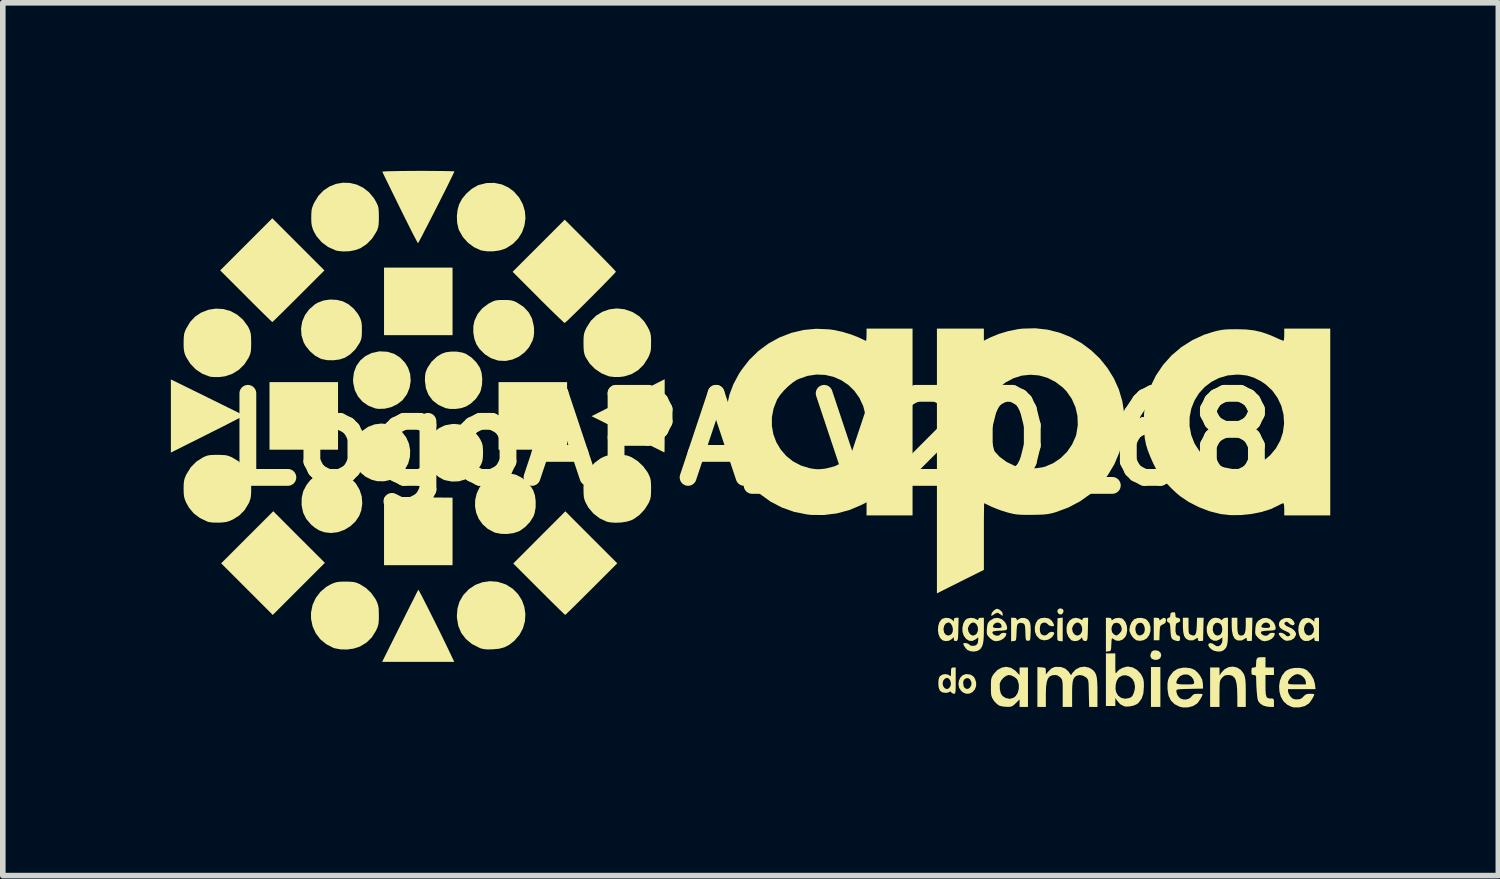
<source format=kicad_pcb>
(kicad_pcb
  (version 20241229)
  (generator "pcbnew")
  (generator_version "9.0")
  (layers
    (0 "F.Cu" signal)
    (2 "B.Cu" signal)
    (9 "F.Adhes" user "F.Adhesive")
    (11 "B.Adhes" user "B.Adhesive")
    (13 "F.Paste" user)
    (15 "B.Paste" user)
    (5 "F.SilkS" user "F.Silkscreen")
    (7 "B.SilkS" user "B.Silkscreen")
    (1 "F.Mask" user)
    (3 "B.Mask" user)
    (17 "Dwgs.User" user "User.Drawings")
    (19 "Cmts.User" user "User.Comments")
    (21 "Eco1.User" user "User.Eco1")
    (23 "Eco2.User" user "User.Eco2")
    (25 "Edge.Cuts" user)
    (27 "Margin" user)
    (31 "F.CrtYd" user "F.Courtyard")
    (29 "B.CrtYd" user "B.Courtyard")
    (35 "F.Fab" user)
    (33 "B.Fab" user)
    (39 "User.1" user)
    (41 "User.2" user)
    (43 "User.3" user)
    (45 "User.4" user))
  (footprint "LogoAPA_V20_68"
    (layer "F.Cu")
    (at 10.338 4.792)
    (property "Reference" "LogoAPA_V20_68" (at 0 0 0) (layer "F.SilkS") (effects (font (size 1.5 1.5) (thickness 0.3))))
    (attr board_only exclude_from_pos_files exclude_from_bom)
    (fp_poly (pts (xy -8.051 1.743) (xy -7.59 2.203) (xy -8.055 2.668) (xy -8.52 3.133) (xy -8.981 2.672) (xy -9.441 2.212) (xy -8.976 1.747) (xy -8.511 1.282)) (stroke (width 0) (type solid)) (fill yes) (layer "F.SilkS"))
    (fp_poly (pts (xy -7.355 -0.419) (xy -7.355 0.184) (xy -7.967 0.184) (xy -8.578 0.184) (xy -8.578 -0.419) (xy -8.578 -1.022) (xy -7.967 -1.022) (xy -7.355 -1.022)) (stroke (width 0) (type solid)) (fill yes) (layer "F.SilkS"))
    (fp_poly (pts (xy -5.311 -2.463) (xy -5.311 -1.86) (xy -5.923 -1.86) (xy -6.534 -1.86) (xy -6.534 -2.463) (xy -6.534 -3.066) (xy -5.923 -3.066) (xy -5.311 -3.066)) (stroke (width 0) (type solid)) (fill yes) (layer "F.SilkS"))
    (fp_poly (pts (xy -3.267 -0.419) (xy -3.267 0.184) (xy -3.879 0.184) (xy -4.49 0.184) (xy -4.49 -0.419) (xy -4.49 -1.022) (xy -3.879 -1.022) (xy -3.267 -1.022)) (stroke (width 0) (type solid)) (fill yes) (layer "F.SilkS"))
    (fp_poly (pts (xy 7.322 4.419) (xy 7.322 4.775) (xy 7.238 4.775) (xy 7.154 4.775) (xy 7.154 4.419) (xy 7.154 4.063) (xy 7.238 4.063) (xy 7.322 4.063)) (stroke (width 0) (type solid)) (fill yes) (layer "F.SilkS"))
    (fp_poly (pts (xy 5.578 3.029) (xy 5.595 3.06) (xy 5.585 3.097) (xy 5.556 3.125) (xy 5.523 3.122) (xy 5.505 3.111) (xy 5.484 3.079) (xy 5.488 3.045) (xy 5.514 3.021) (xy 5.539 3.016)) (stroke (width 0) (type solid)) (fill yes) (layer "F.SilkS"))
    (fp_poly (pts (xy 5.579 3.392) (xy 5.579 3.602) (xy 5.537 3.602) (xy 5.502 3.594) (xy 5.486 3.58) (xy 5.483 3.555) (xy 5.481 3.505) (xy 5.481 3.436) (xy 5.482 3.375) (xy 5.487 3.192) (xy 5.533 3.186) (xy 5.579 3.181)) (stroke (width 0) (type solid)) (fill yes) (layer "F.SilkS"))
    (fp_poly (pts (xy 7.291 3.777) (xy 7.325 3.809) (xy 7.338 3.852) (xy 7.324 3.896) (xy 7.312 3.911) (xy 7.27 3.933) (xy 7.217 3.935) (xy 7.17 3.916) (xy 7.163 3.91) (xy 7.143 3.869) (xy 7.146 3.839) (xy 7.164 3.791) (xy 7.194 3.769) (xy 7.24 3.764)) (stroke (width 0) (type solid)) (fill yes) (layer "F.SilkS"))
    (fp_poly (pts (xy -6.119 1.034) (xy -5.988 1.034) (xy -5.885 1.035) (xy -5.311 1.04) (xy -5.311 1.642) (xy -5.311 2.245) (xy -5.923 2.245) (xy -6.534 2.245) (xy -6.534 1.643) (xy -6.534 1.041) (xy -6.497 1.036) (xy -6.471 1.035) (xy -6.417 1.034) (xy -6.337 1.033) (xy -6.236 1.033)) (stroke (width 0) (type solid)) (fill yes) (layer "F.SilkS"))
    (fp_poly (pts (xy 4.448 3.038) (xy 4.457 3.044) (xy 4.498 3.081) (xy 4.507 3.113) (xy 4.507 3.152) (xy 4.46 3.119) (xy 4.428 3.098) (xy 4.405 3.095) (xy 4.375 3.109) (xy 4.36 3.119) (xy 4.306 3.153) (xy 4.306 3.119) (xy 4.319 3.087) (xy 4.35 3.054) (xy 4.356 3.049) (xy 4.391 3.027) (xy 4.416 3.024)) (stroke (width 0) (type solid)) (fill yes) (layer "F.SilkS"))
    (fp_poly (pts (xy -9.688 -0.751) (xy -9.552 -0.684) (xy -9.424 -0.621) (xy -9.31 -0.564) (xy -9.211 -0.516) (xy -9.131 -0.476) (xy -9.073 -0.447) (xy -9.04 -0.43) (xy -9.033 -0.426) (xy -9.046 -0.418) (xy -9.087 -0.396) (xy -9.151 -0.363) (xy -9.236 -0.319) (xy -9.339 -0.266) (xy -9.457 -0.206) (xy -9.588 -0.141) (xy -9.682 -0.093) (xy -10.338 0.235) (xy -10.338 -0.417) (xy -10.338 -1.07)) (stroke (width 0) (type solid)) (fill yes) (layer "F.SilkS"))
    (fp_poly (pts (xy -1.525 -0.42) (xy -1.525 -0.276) (xy -1.525 -0.142) (xy -1.526 -0.024) (xy -1.526 0.077) (xy -1.527 0.155) (xy -1.528 0.208) (xy -1.529 0.232) (xy -1.529 0.233) (xy -1.544 0.226) (xy -1.587 0.205) (xy -1.653 0.172) (xy -1.74 0.129) (xy -1.844 0.077) (xy -1.963 0.018) (xy -2.094 -0.048) (xy -2.181 -0.091) (xy -2.83 -0.414) (xy -2.177 -0.744) (xy -1.525 -1.074)) (stroke (width 0) (type solid)) (fill yes) (layer "F.SilkS"))
    (fp_poly (pts (xy -8.063 -3.481) (xy -7.598 -3.016) (xy -8.059 -2.555) (xy -8.161 -2.453) (xy -8.256 -2.359) (xy -8.34 -2.275) (xy -8.413 -2.204) (xy -8.469 -2.149) (xy -8.508 -2.112) (xy -8.527 -2.095) (xy -8.528 -2.094) (xy -8.541 -2.106) (xy -8.576 -2.138) (xy -8.629 -2.19) (xy -8.697 -2.257) (xy -8.779 -2.338) (xy -8.872 -2.43) (xy -8.972 -2.53) (xy -8.997 -2.555) (xy -9.458 -3.016) (xy -8.993 -3.481) (xy -8.528 -3.946)) (stroke (width 0) (type solid)) (fill yes) (layer "F.SilkS"))
    (fp_poly (pts (xy -2.835 1.748) (xy -2.371 2.212) (xy -2.831 2.672) (xy -2.934 2.774) (xy -3.028 2.868) (xy -3.113 2.952) (xy -3.185 3.023) (xy -3.242 3.078) (xy -3.281 3.116) (xy -3.3 3.132) (xy -3.301 3.133) (xy -3.314 3.122) (xy -3.348 3.089) (xy -3.401 3.038) (xy -3.47 2.97) (xy -3.552 2.89) (xy -3.644 2.798) (xy -3.745 2.697) (xy -3.768 2.674) (xy -4.227 2.215) (xy -3.763 1.75) (xy -3.298 1.284)) (stroke (width 0) (type solid)) (fill yes) (layer "F.SilkS"))
    (fp_poly (pts (xy -5.913 2.696) (xy -5.892 2.735) (xy -5.859 2.796) (xy -5.818 2.877) (xy -5.769 2.973) (xy -5.715 3.08) (xy -5.658 3.194) (xy -5.599 3.312) (xy -5.54 3.431) (xy -5.484 3.546) (xy -5.432 3.653) (xy -5.394 3.732) (xy -5.28 3.971) (xy -5.924 3.971) (xy -6.568 3.971) (xy -6.248 3.33) (xy -6.18 3.194) (xy -6.117 3.068) (xy -6.06 2.955) (xy -6.01 2.857) (xy -5.971 2.778) (xy -5.942 2.721) (xy -5.925 2.689) (xy -5.922 2.683)) (stroke (width 0) (type solid)) (fill yes) (layer "F.SilkS"))
    (fp_poly (pts (xy 7.293 3.19) (xy 7.305 3.211) (xy 7.305 3.211) (xy 7.307 3.23) (xy 7.32 3.224) (xy 7.336 3.211) (xy 7.376 3.185) (xy 7.407 3.188) (xy 7.422 3.218) (xy 7.422 3.231) (xy 7.415 3.268) (xy 7.386 3.293) (xy 7.368 3.302) (xy 7.34 3.315) (xy 7.324 3.331) (xy 7.315 3.357) (xy 7.311 3.402) (xy 7.308 3.456) (xy 7.304 3.585) (xy 7.254 3.585) (xy 7.204 3.585) (xy 7.204 3.384) (xy 7.204 3.183) (xy 7.255 3.183)) (stroke (width 0) (type solid)) (fill yes) (layer "F.SilkS"))
    (fp_poly (pts (xy -6.457 -0.269) (xy -6.341 -0.225) (xy -6.235 -0.153) (xy -6.211 -0.13) (xy -6.137 -0.033) (xy -6.089 0.077) (xy -6.067 0.196) (xy -6.072 0.316) (xy -6.103 0.432) (xy -6.161 0.536) (xy -6.2 0.583) (xy -6.299 0.664) (xy -6.412 0.72) (xy -6.533 0.748) (xy -6.656 0.746) (xy -6.749 0.723) (xy -6.863 0.667) (xy -6.956 0.589) (xy -7.026 0.494) (xy -7.073 0.388) (xy -7.096 0.275) (xy -7.093 0.16) (xy -7.064 0.047) (xy -7.007 -0.058) (xy -6.925 -0.15) (xy -6.818 -0.224) (xy -6.701 -0.268) (xy -6.579 -0.283)) (stroke (width 0) (type solid)) (fill yes) (layer "F.SilkS"))
    (fp_poly (pts (xy -6.475 -1.564) (xy -6.353 -1.527) (xy -6.247 -1.46) (xy -6.159 -1.368) (xy -6.105 -1.279) (xy -6.067 -1.164) (xy -6.058 -1.043) (xy -6.078 -0.922) (xy -6.124 -0.808) (xy -6.197 -0.708) (xy -6.208 -0.696) (xy -6.298 -0.627) (xy -6.404 -0.576) (xy -6.519 -0.548) (xy -6.631 -0.544) (xy -6.69 -0.553) (xy -6.814 -0.601) (xy -6.918 -0.673) (xy -6.999 -0.767) (xy -7.056 -0.88) (xy -7.084 -1.008) (xy -7.087 -1.069) (xy -7.071 -1.197) (xy -7.027 -1.312) (xy -6.957 -1.41) (xy -6.865 -1.488) (xy -6.753 -1.542) (xy -6.625 -1.57) (xy -6.607 -1.571)) (stroke (width 0) (type solid)) (fill yes) (layer "F.SilkS"))
    (fp_poly (pts (xy 8.696 3.322) (xy 8.698 3.404) (xy 8.707 3.458) (xy 8.724 3.489) (xy 8.751 3.501) (xy 8.765 3.502) (xy 8.802 3.493) (xy 8.827 3.464) (xy 8.841 3.41) (xy 8.846 3.329) (xy 8.846 3.316) (xy 8.846 3.183) (xy 8.906 3.183) (xy 8.965 3.183) (xy 8.96 3.389) (xy 8.955 3.594) (xy 8.909 3.599) (xy 8.876 3.598) (xy 8.864 3.58) (xy 8.863 3.567) (xy 8.861 3.542) (xy 8.847 3.545) (xy 8.834 3.556) (xy 8.773 3.589) (xy 8.704 3.589) (xy 8.696 3.587) (xy 8.649 3.558) (xy 8.617 3.499) (xy 8.599 3.411) (xy 8.595 3.322) (xy 8.595 3.183) (xy 8.645 3.183) (xy 8.696 3.183)) (stroke (width 0) (type solid)) (fill yes) (layer "F.SilkS"))
    (fp_poly (pts (xy -5.23 -1.566) (xy -5.134 -1.549) (xy -5.073 -1.527) (xy -4.974 -1.462) (xy -4.887 -1.375) (xy -4.822 -1.277) (xy -4.822 -1.277) (xy -4.793 -1.189) (xy -4.781 -1.085) (xy -4.785 -0.977) (xy -4.806 -0.877) (xy -4.824 -0.831) (xy -4.892 -0.727) (xy -4.984 -0.64) (xy -5.073 -0.586) (xy -5.16 -0.557) (xy -5.261 -0.543) (xy -5.361 -0.544) (xy -5.44 -0.559) (xy -5.564 -0.616) (xy -5.665 -0.694) (xy -5.739 -0.793) (xy -5.786 -0.91) (xy -5.804 -1.044) (xy -5.804 -1.056) (xy -5.802 -1.132) (xy -5.793 -1.191) (xy -5.772 -1.247) (xy -5.759 -1.276) (xy -5.687 -1.385) (xy -5.589 -1.477) (xy -5.509 -1.527) (xy -5.43 -1.555) (xy -5.333 -1.567)) (stroke (width 0) (type solid)) (fill yes) (layer "F.SilkS"))
    (fp_poly (pts (xy -4.433 -4.551) (xy -4.309 -4.493) (xy -4.217 -4.424) (xy -4.123 -4.317) (xy -4.058 -4.199) (xy -4.02 -4.074) (xy -4.01 -3.946) (xy -4.027 -3.82) (xy -4.069 -3.699) (xy -4.137 -3.589) (xy -4.229 -3.493) (xy -4.346 -3.417) (xy -4.372 -3.404) (xy -4.467 -3.373) (xy -4.578 -3.357) (xy -4.691 -3.356) (xy -4.792 -3.371) (xy -4.811 -3.376) (xy -4.929 -3.431) (xy -5.037 -3.511) (xy -5.127 -3.612) (xy -5.192 -3.726) (xy -5.206 -3.761) (xy -5.229 -3.867) (xy -5.234 -3.986) (xy -5.22 -4.106) (xy -5.194 -4.195) (xy -5.14 -4.296) (xy -5.061 -4.391) (xy -4.966 -4.473) (xy -4.864 -4.532) (xy -4.844 -4.54) (xy -4.705 -4.575) (xy -4.567 -4.578)) (stroke (width 0) (type solid)) (fill yes) (layer "F.SilkS"))
    (fp_poly (pts (xy -4.301 0.608) (xy -4.198 0.626) (xy -4.168 0.636) (xy -4.069 0.689) (xy -3.977 0.766) (xy -3.901 0.859) (xy -3.87 0.913) (xy -3.84 1.001) (xy -3.827 1.106) (xy -3.828 1.215) (xy -3.846 1.316) (xy -3.869 1.379) (xy -3.931 1.476) (xy -4.015 1.564) (xy -4.108 1.631) (xy -4.13 1.642) (xy -4.224 1.673) (xy -4.334 1.688) (xy -4.446 1.686) (xy -4.547 1.666) (xy -4.567 1.659) (xy -4.683 1.597) (xy -4.775 1.515) (xy -4.844 1.418) (xy -4.889 1.31) (xy -4.91 1.196) (xy -4.907 1.079) (xy -4.88 0.965) (xy -4.829 0.857) (xy -4.753 0.76) (xy -4.653 0.679) (xy -4.604 0.651) (xy -4.516 0.62) (xy -4.411 0.606)) (stroke (width 0) (type solid)) (fill yes) (layer "F.SilkS"))
    (fp_poly (pts (xy 7.824 3.326) (xy 7.825 3.396) (xy 7.828 3.439) (xy 7.835 3.465) (xy 7.849 3.479) (xy 7.868 3.489) (xy 7.909 3.501) (xy 7.937 3.494) (xy 7.956 3.463) (xy 7.967 3.405) (xy 7.972 3.328) (xy 7.977 3.183) (xy 8.035 3.183) (xy 8.094 3.183) (xy 8.089 3.389) (xy 8.084 3.594) (xy 8.038 3.599) (xy 8.004 3.598) (xy 7.993 3.58) (xy 7.992 3.567) (xy 7.989 3.542) (xy 7.975 3.545) (xy 7.963 3.555) (xy 7.904 3.587) (xy 7.838 3.586) (xy 7.812 3.577) (xy 7.773 3.55) (xy 7.746 3.506) (xy 7.73 3.439) (xy 7.724 3.346) (xy 7.724 3.315) (xy 7.724 3.183) (xy 7.774 3.183) (xy 7.824 3.183)) (stroke (width 0) (type solid)) (fill yes) (layer "F.SilkS"))
    (fp_poly (pts (xy -2.852 -3.464) (xy -2.751 -3.362) (xy -2.657 -3.267) (xy -2.574 -3.182) (xy -2.504 -3.11) (xy -2.449 -3.053) (xy -2.412 -3.013) (xy -2.396 -2.994) (xy -2.396 -2.993) (xy -2.407 -2.978) (xy -2.44 -2.942) (xy -2.489 -2.89) (xy -2.554 -2.824) (xy -2.629 -2.746) (xy -2.713 -2.662) (xy -2.802 -2.572) (xy -2.892 -2.482) (xy -2.981 -2.393) (xy -3.066 -2.309) (xy -3.143 -2.234) (xy -3.209 -2.17) (xy -3.261 -2.12) (xy -3.296 -2.089) (xy -3.311 -2.078) (xy -3.326 -2.089) (xy -3.361 -2.122) (xy -3.415 -2.173) (xy -3.485 -2.24) (xy -3.568 -2.321) (xy -3.661 -2.413) (xy -3.762 -2.513) (xy -3.782 -2.534) (xy -4.239 -2.991) (xy -3.774 -3.456) (xy -3.309 -3.921)) (stroke (width 0) (type solid)) (fill yes) (layer "F.SilkS"))
    (fp_poly (pts (xy -7.376 -2.49) (xy -7.267 -2.463) (xy -7.168 -2.411) (xy -7.076 -2.334) (xy -7.001 -2.241) (xy -6.97 -2.186) (xy -6.949 -2.137) (xy -6.936 -2.089) (xy -6.93 -2.029) (xy -6.929 -1.952) (xy -6.93 -1.874) (xy -6.935 -1.819) (xy -6.946 -1.774) (xy -6.966 -1.729) (xy -6.975 -1.713) (xy -7.047 -1.605) (xy -7.14 -1.516) (xy -7.234 -1.457) (xy -7.328 -1.426) (xy -7.437 -1.412) (xy -7.548 -1.414) (xy -7.648 -1.434) (xy -7.668 -1.442) (xy -7.766 -1.495) (xy -7.856 -1.573) (xy -7.932 -1.667) (xy -7.969 -1.733) (xy -8.007 -1.856) (xy -8.015 -1.981) (xy -7.994 -2.103) (xy -7.945 -2.219) (xy -7.87 -2.321) (xy -7.771 -2.407) (xy -7.721 -2.438) (xy -7.616 -2.478) (xy -7.497 -2.496)) (stroke (width 0) (type solid)) (fill yes) (layer "F.SilkS"))
    (fp_poly (pts (xy -5.145 -0.261) (xy -5.026 -0.216) (xy -4.925 -0.143) (xy -4.841 -0.041) (xy -4.812 0.008) (xy -4.789 0.057) (xy -4.775 0.104) (xy -4.769 0.16) (xy -4.767 0.235) (xy -4.769 0.314) (xy -4.776 0.372) (xy -4.79 0.421) (xy -4.808 0.46) (xy -4.878 0.568) (xy -4.97 0.653) (xy -5.078 0.713) (xy -5.197 0.748) (xy -5.322 0.753) (xy -5.447 0.728) (xy -5.471 0.72) (xy -5.56 0.671) (xy -5.645 0.597) (xy -5.717 0.506) (xy -5.743 0.461) (xy -5.767 0.408) (xy -5.781 0.357) (xy -5.787 0.293) (xy -5.788 0.243) (xy -5.78 0.127) (xy -5.752 0.029) (xy -5.7 -0.059) (xy -5.655 -0.115) (xy -5.559 -0.197) (xy -5.447 -0.251) (xy -5.319 -0.274) (xy -5.278 -0.276)) (stroke (width 0) (type solid)) (fill yes) (layer "F.SilkS"))
    (fp_poly (pts (xy -4.509 2.541) (xy -4.376 2.583) (xy -4.349 2.595) (xy -4.233 2.669) (xy -4.141 2.763) (xy -4.072 2.873) (xy -4.029 2.992) (xy -4.011 3.118) (xy -4.019 3.246) (xy -4.054 3.37) (xy -4.115 3.486) (xy -4.205 3.591) (xy -4.218 3.603) (xy -4.302 3.668) (xy -4.385 3.711) (xy -4.479 3.736) (xy -4.593 3.747) (xy -4.599 3.747) (xy -4.684 3.749) (xy -4.746 3.744) (xy -4.798 3.733) (xy -4.828 3.722) (xy -4.965 3.652) (xy -5.074 3.562) (xy -5.155 3.455) (xy -5.208 3.331) (xy -5.232 3.191) (xy -5.234 3.15) (xy -5.223 3.016) (xy -5.189 2.9) (xy -5.127 2.791) (xy -5.114 2.773) (xy -5.018 2.672) (xy -4.904 2.597) (xy -4.778 2.55) (xy -4.645 2.531)) (stroke (width 0) (type solid)) (fill yes) (layer "F.SilkS"))
    (fp_poly (pts (xy 3.935 4.199) (xy 3.985 4.231) (xy 4.013 4.272) (xy 4.035 4.343) (xy 4.032 4.409) (xy 4.009 4.466) (xy 3.969 4.51) (xy 3.919 4.536) (xy 3.862 4.541) (xy 3.803 4.519) (xy 3.769 4.492) (xy 3.731 4.435) (xy 3.718 4.371) (xy 3.72 4.355) (xy 3.803 4.355) (xy 3.811 4.41) (xy 3.833 4.439) (xy 3.871 4.455) (xy 3.903 4.446) (xy 3.923 4.429) (xy 3.949 4.386) (xy 3.95 4.334) (xy 3.927 4.287) (xy 3.921 4.281) (xy 3.889 4.26) (xy 3.855 4.265) (xy 3.845 4.269) (xy 3.817 4.289) (xy 3.805 4.32) (xy 3.803 4.355) (xy 3.72 4.355) (xy 3.726 4.307) (xy 3.753 4.25) (xy 3.796 4.208) (xy 3.853 4.189) (xy 3.865 4.189)) (stroke (width 0) (type solid)) (fill yes) (layer "F.SilkS"))
    (fp_poly (pts (xy -7.388 0.58) (xy -7.33 0.588) (xy -7.277 0.605) (xy -7.235 0.625) (xy -7.124 0.697) (xy -7.035 0.789) (xy -6.971 0.898) (xy -6.932 1.017) (xy -6.922 1.142) (xy -6.94 1.268) (xy -6.976 1.363) (xy -7.043 1.464) (xy -7.133 1.549) (xy -7.24 1.614) (xy -7.357 1.656) (xy -7.478 1.671) (xy -7.595 1.658) (xy -7.683 1.628) (xy -7.764 1.58) (xy -7.836 1.52) (xy -7.923 1.419) (xy -7.979 1.304) (xy -8.005 1.174) (xy -8.005 1.17) (xy -8.003 1.041) (xy -7.976 0.926) (xy -7.921 0.82) (xy -7.899 0.789) (xy -7.848 0.726) (xy -7.795 0.681) (xy -7.727 0.641) (xy -7.713 0.634) (xy -7.648 0.605) (xy -7.596 0.588) (xy -7.539 0.58) (xy -7.465 0.578) (xy -7.465 0.578)) (stroke (width 0) (type solid)) (fill yes) (layer "F.SilkS"))
    (fp_poly (pts (xy -4.32 -2.487) (xy -4.265 -2.481) (xy -4.22 -2.469) (xy -4.174 -2.449) (xy -4.159 -2.441) (xy -4.042 -2.364) (xy -3.953 -2.269) (xy -3.893 -2.157) (xy -3.862 -2.027) (xy -3.857 -1.978) (xy -3.856 -1.897) (xy -3.863 -1.833) (xy -3.881 -1.77) (xy -3.886 -1.757) (xy -3.945 -1.645) (xy -4.027 -1.551) (xy -4.128 -1.476) (xy -4.242 -1.425) (xy -4.363 -1.4) (xy -4.485 -1.405) (xy -4.501 -1.408) (xy -4.624 -1.449) (xy -4.735 -1.519) (xy -4.829 -1.613) (xy -4.884 -1.695) (xy -4.921 -1.792) (xy -4.94 -1.905) (xy -4.94 -2.02) (xy -4.919 -2.122) (xy -4.863 -2.238) (xy -4.78 -2.339) (xy -4.673 -2.42) (xy -4.658 -2.428) (xy -4.603 -2.457) (xy -4.559 -2.475) (xy -4.514 -2.484) (xy -4.457 -2.488) (xy -4.398 -2.488)) (stroke (width 0) (type solid)) (fill yes) (layer "F.SilkS"))
    (fp_poly (pts (xy 7.046 3.201) (xy 7.076 3.218) (xy 7.122 3.274) (xy 7.145 3.345) (xy 7.145 3.422) (xy 7.122 3.495) (xy 7.082 3.549) (xy 7.025 3.583) (xy 6.959 3.596) (xy 6.896 3.586) (xy 6.887 3.582) (xy 6.839 3.543) (xy 6.799 3.488) (xy 6.773 3.429) (xy 6.769 3.398) (xy 6.77 3.392) (xy 6.875 3.392) (xy 6.887 3.447) (xy 6.908 3.482) (xy 6.941 3.5) (xy 6.982 3.494) (xy 7.019 3.469) (xy 7.034 3.447) (xy 7.045 3.396) (xy 7.038 3.343) (xy 7.016 3.298) (xy 6.986 3.275) (xy 6.94 3.274) (xy 6.904 3.299) (xy 6.881 3.341) (xy 6.875 3.392) (xy 6.77 3.392) (xy 6.78 3.33) (xy 6.808 3.264) (xy 6.848 3.216) (xy 6.855 3.211) (xy 6.912 3.188) (xy 6.981 3.185)) (stroke (width 0) (type solid)) (fill yes) (layer "F.SilkS"))
    (fp_poly (pts (xy 5.323 3.193) (xy 5.373 3.224) (xy 5.403 3.267) (xy 5.423 3.308) (xy 5.424 3.328) (xy 5.404 3.334) (xy 5.382 3.334) (xy 5.336 3.321) (xy 5.315 3.301) (xy 5.281 3.273) (xy 5.237 3.269) (xy 5.197 3.289) (xy 5.192 3.294) (xy 5.177 3.329) (xy 5.17 3.377) (xy 5.17 3.384) (xy 5.175 3.433) (xy 5.19 3.471) (xy 5.192 3.474) (xy 5.23 3.498) (xy 5.275 3.497) (xy 5.311 3.474) (xy 5.315 3.468) (xy 5.342 3.445) (xy 5.378 3.435) (xy 5.411 3.438) (xy 5.428 3.456) (xy 5.428 3.461) (xy 5.417 3.489) (xy 5.39 3.526) (xy 5.38 3.537) (xy 5.321 3.574) (xy 5.253 3.587) (xy 5.186 3.572) (xy 5.164 3.559) (xy 5.111 3.503) (xy 5.083 3.43) (xy 5.081 3.347) (xy 5.1 3.276) (xy 5.135 3.221) (xy 5.185 3.192) (xy 5.253 3.183)) (stroke (width 0) (type solid)) (fill yes) (layer "F.SilkS"))
    (fp_poly (pts (xy -9.401 -2.326) (xy -9.273 -2.29) (xy -9.155 -2.226) (xy -9.052 -2.137) (xy -8.968 -2.024) (xy -8.945 -1.982) (xy -8.927 -1.939) (xy -8.915 -1.897) (xy -8.908 -1.844) (xy -8.906 -1.773) (xy -8.905 -1.726) (xy -8.906 -1.643) (xy -8.91 -1.583) (xy -8.918 -1.538) (xy -8.933 -1.496) (xy -8.95 -1.458) (xy -9.026 -1.339) (xy -9.124 -1.243) (xy -9.241 -1.17) (xy -9.37 -1.126) (xy -9.473 -1.112) (xy -9.542 -1.112) (xy -9.605 -1.115) (xy -9.646 -1.121) (xy -9.777 -1.171) (xy -9.895 -1.25) (xy -9.993 -1.352) (xy -10.067 -1.471) (xy -10.089 -1.523) (xy -10.102 -1.571) (xy -10.109 -1.625) (xy -10.111 -1.699) (xy -10.111 -1.726) (xy -10.109 -1.806) (xy -10.104 -1.865) (xy -10.093 -1.912) (xy -10.074 -1.959) (xy -10.065 -1.978) (xy -9.993 -2.098) (xy -9.904 -2.192) (xy -9.803 -2.26) (xy -9.67 -2.313) (xy -9.535 -2.334)) (stroke (width 0) (type solid)) (fill yes) (layer "F.SilkS"))
    (fp_poly (pts (xy -7.14 2.54) (xy -7.081 2.545) (xy -7.032 2.556) (xy -6.983 2.576) (xy -6.967 2.583) (xy -6.858 2.651) (xy -6.762 2.742) (xy -6.687 2.848) (xy -6.671 2.879) (xy -6.65 2.928) (xy -6.637 2.974) (xy -6.629 3.026) (xy -6.627 3.095) (xy -6.626 3.142) (xy -6.627 3.222) (xy -6.631 3.279) (xy -6.641 3.325) (xy -6.657 3.37) (xy -6.682 3.422) (xy -6.753 3.535) (xy -6.846 3.626) (xy -6.964 3.697) (xy -6.97 3.7) (xy -7.072 3.733) (xy -7.189 3.75) (xy -7.308 3.748) (xy -7.416 3.728) (xy -7.437 3.721) (xy -7.564 3.656) (xy -7.671 3.568) (xy -7.753 3.46) (xy -7.809 3.336) (xy -7.837 3.2) (xy -7.837 3.092) (xy -7.81 2.956) (xy -7.753 2.831) (xy -7.67 2.722) (xy -7.564 2.632) (xy -7.481 2.585) (xy -7.427 2.562) (xy -7.38 2.548) (xy -7.326 2.541) (xy -7.255 2.538) (xy -7.221 2.538)) (stroke (width 0) (type solid)) (fill yes) (layer "F.SilkS"))
    (fp_poly (pts (xy -2.244 -2.323) (xy -2.112 -2.278) (xy -2.091 -2.268) (xy -1.979 -2.197) (xy -1.89 -2.105) (xy -1.825 -1.999) (xy -1.798 -1.943) (xy -1.781 -1.898) (xy -1.772 -1.852) (xy -1.768 -1.793) (xy -1.768 -1.726) (xy -1.769 -1.648) (xy -1.773 -1.591) (xy -1.784 -1.545) (xy -1.802 -1.497) (xy -1.822 -1.455) (xy -1.9 -1.333) (xy -1.998 -1.236) (xy -2.115 -1.165) (xy -2.247 -1.124) (xy -2.333 -1.113) (xy -2.423 -1.113) (xy -2.505 -1.123) (xy -2.534 -1.13) (xy -2.656 -1.181) (xy -2.769 -1.258) (xy -2.864 -1.354) (xy -2.934 -1.464) (xy -2.938 -1.471) (xy -2.956 -1.517) (xy -2.967 -1.567) (xy -2.972 -1.63) (xy -2.974 -1.716) (xy -2.974 -1.718) (xy -2.973 -1.797) (xy -2.969 -1.855) (xy -2.96 -1.9) (xy -2.943 -1.946) (xy -2.919 -1.997) (xy -2.844 -2.115) (xy -2.748 -2.209) (xy -2.635 -2.278) (xy -2.511 -2.321) (xy -2.379 -2.337)) (stroke (width 0) (type solid)) (fill yes) (layer "F.SilkS"))
    (fp_poly (pts (xy 7.576 3.086) (xy 7.588 3.103) (xy 7.59 3.132) (xy 7.594 3.168) (xy 7.612 3.182) (xy 7.632 3.183) (xy 7.664 3.195) (xy 7.677 3.222) (xy 7.669 3.251) (xy 7.641 3.269) (xy 7.636 3.27) (xy 7.612 3.279) (xy 7.599 3.303) (xy 7.593 3.35) (xy 7.592 3.429) (xy 7.605 3.479) (xy 7.631 3.501) (xy 7.64 3.502) (xy 7.665 3.51) (xy 7.673 3.54) (xy 7.674 3.552) (xy 7.668 3.587) (xy 7.647 3.601) (xy 7.605 3.595) (xy 7.569 3.583) (xy 7.541 3.568) (xy 7.522 3.545) (xy 7.511 3.506) (xy 7.504 3.445) (xy 7.501 3.385) (xy 7.497 3.323) (xy 7.489 3.288) (xy 7.476 3.273) (xy 7.468 3.27) (xy 7.445 3.253) (xy 7.438 3.223) (xy 7.447 3.195) (xy 7.47 3.183) (xy 7.494 3.174) (xy 7.5 3.142) (xy 7.5 3.137) (xy 7.504 3.103) (xy 7.528 3.088) (xy 7.544 3.086)) (stroke (width 0) (type solid)) (fill yes) (layer "F.SilkS"))
    (fp_poly (pts (xy 8.689 4.071) (xy 8.756 4.113) (xy 8.807 4.179) (xy 8.814 4.193) (xy 8.826 4.226) (xy 8.835 4.264) (xy 8.841 4.313) (xy 8.845 4.38) (xy 8.846 4.471) (xy 8.846 4.52) (xy 8.846 4.775) (xy 8.771 4.775) (xy 8.696 4.775) (xy 8.695 4.587) (xy 8.692 4.46) (xy 8.683 4.364) (xy 8.666 4.293) (xy 8.639 4.246) (xy 8.602 4.218) (xy 8.552 4.206) (xy 8.528 4.205) (xy 8.477 4.212) (xy 8.438 4.238) (xy 8.421 4.257) (xy 8.403 4.279) (xy 8.392 4.301) (xy 8.384 4.329) (xy 8.38 4.37) (xy 8.378 4.43) (xy 8.377 4.515) (xy 8.377 4.542) (xy 8.377 4.775) (xy 8.294 4.775) (xy 8.21 4.775) (xy 8.21 4.423) (xy 8.21 4.071) (xy 8.294 4.071) (xy 8.377 4.071) (xy 8.377 4.143) (xy 8.378 4.214) (xy 8.409 4.166) (xy 8.468 4.102) (xy 8.539 4.065) (xy 8.615 4.055)) (stroke (width 0) (type solid)) (fill yes) (layer "F.SilkS"))
    (fp_poly (pts (xy -7.144 -4.577) (xy -7.023 -4.548) (xy -6.908 -4.493) (xy -6.805 -4.413) (xy -6.716 -4.307) (xy -6.684 -4.253) (xy -6.658 -4.203) (xy -6.641 -4.163) (xy -6.632 -4.122) (xy -6.628 -4.07) (xy -6.626 -3.998) (xy -6.626 -3.971) (xy -6.627 -3.888) (xy -6.631 -3.829) (xy -6.639 -3.783) (xy -6.654 -3.741) (xy -6.674 -3.699) (xy -6.747 -3.584) (xy -6.844 -3.485) (xy -6.957 -3.411) (xy -6.964 -3.408) (xy -7.052 -3.377) (xy -7.156 -3.358) (xy -7.263 -3.354) (xy -7.36 -3.364) (xy -7.397 -3.373) (xy -7.533 -3.434) (xy -7.647 -3.519) (xy -7.738 -3.625) (xy -7.785 -3.707) (xy -7.809 -3.765) (xy -7.823 -3.815) (xy -7.831 -3.872) (xy -7.833 -3.947) (xy -7.833 -3.962) (xy -7.831 -4.04) (xy -7.826 -4.098) (xy -7.813 -4.147) (xy -7.791 -4.202) (xy -7.78 -4.225) (xy -7.706 -4.346) (xy -7.614 -4.442) (xy -7.507 -4.513) (xy -7.391 -4.56) (xy -7.268 -4.581)) (stroke (width 0) (type solid)) (fill yes) (layer "F.SilkS"))
    (fp_poly (pts (xy 10.153 3.393) (xy 10.153 3.602) (xy 10.111 3.602) (xy 10.079 3.595) (xy 10.07 3.568) (xy 10.07 3.568) (xy 10.07 3.533) (xy 10.025 3.568) (xy 9.966 3.597) (xy 9.902 3.598) (xy 9.864 3.584) (xy 9.822 3.542) (xy 9.795 3.479) (xy 9.784 3.406) (xy 9.786 3.382) (xy 9.885 3.382) (xy 9.896 3.442) (xy 9.925 3.483) (xy 9.965 3.5) (xy 10.012 3.489) (xy 10.024 3.481) (xy 10.056 3.439) (xy 10.063 3.384) (xy 10.047 3.328) (xy 10.036 3.313) (xy 10.004 3.282) (xy 9.976 3.267) (xy 9.973 3.267) (xy 9.93 3.282) (xy 9.899 3.322) (xy 9.885 3.377) (xy 9.885 3.382) (xy 9.786 3.382) (xy 9.79 3.332) (xy 9.811 3.265) (xy 9.848 3.214) (xy 9.868 3.201) (xy 9.93 3.184) (xy 9.992 3.195) (xy 10.031 3.22) (xy 10.07 3.256) (xy 10.07 3.22) (xy 10.078 3.192) (xy 10.109 3.183) (xy 10.111 3.183) (xy 10.153 3.183)) (stroke (width 0) (type solid)) (fill yes) (layer "F.SilkS"))
    (fp_poly (pts (xy -5.781 -4.792) (xy -5.648 -4.791) (xy -5.531 -4.79) (xy -5.431 -4.789) (xy -5.354 -4.787) (xy -5.301 -4.785) (xy -5.278 -4.783) (xy -5.278 -4.783) (xy -5.285 -4.765) (xy -5.306 -4.721) (xy -5.338 -4.655) (xy -5.379 -4.571) (xy -5.428 -4.472) (xy -5.483 -4.363) (xy -5.542 -4.246) (xy -5.602 -4.127) (xy -5.663 -4.008) (xy -5.722 -3.893) (xy -5.777 -3.786) (xy -5.826 -3.691) (xy -5.867 -3.611) (xy -5.9 -3.55) (xy -5.92 -3.513) (xy -5.928 -3.502) (xy -5.937 -3.516) (xy -5.96 -3.558) (xy -5.995 -3.623) (xy -6.039 -3.709) (xy -6.091 -3.813) (xy -6.151 -3.932) (xy -6.215 -4.062) (xy -6.25 -4.132) (xy -6.316 -4.267) (xy -6.378 -4.393) (xy -6.433 -4.506) (xy -6.481 -4.604) (xy -6.52 -4.683) (xy -6.547 -4.74) (xy -6.563 -4.772) (xy -6.565 -4.777) (xy -6.55 -4.78) (xy -6.505 -4.784) (xy -6.433 -4.786) (xy -6.338 -4.788) (xy -6.223 -4.79) (xy -6.09 -4.791) (xy -5.945 -4.792) (xy -5.924 -4.792)) (stroke (width 0) (type solid)) (fill yes) (layer "F.SilkS"))
    (fp_poly (pts (xy 4.746 3.19) (xy 4.758 3.211) (xy 4.758 3.211) (xy 4.761 3.23) (xy 4.774 3.224) (xy 4.789 3.211) (xy 4.837 3.188) (xy 4.895 3.186) (xy 4.946 3.206) (xy 4.959 3.216) (xy 4.983 3.247) (xy 4.999 3.284) (xy 5.006 3.335) (xy 5.008 3.408) (xy 5.006 3.46) (xy 5.003 3.526) (xy 4.999 3.566) (xy 4.991 3.586) (xy 4.976 3.593) (xy 4.959 3.594) (xy 4.939 3.592) (xy 4.927 3.584) (xy 4.919 3.562) (xy 4.915 3.519) (xy 4.913 3.45) (xy 4.913 3.447) (xy 4.91 3.375) (xy 4.905 3.33) (xy 4.897 3.304) (xy 4.883 3.289) (xy 4.869 3.282) (xy 4.822 3.273) (xy 4.795 3.282) (xy 4.777 3.295) (xy 4.766 3.317) (xy 4.76 3.354) (xy 4.756 3.415) (xy 4.755 3.448) (xy 4.752 3.518) (xy 4.748 3.561) (xy 4.741 3.585) (xy 4.728 3.595) (xy 4.707 3.599) (xy 4.704 3.599) (xy 4.658 3.604) (xy 4.658 3.394) (xy 4.658 3.183) (xy 4.708 3.183)) (stroke (width 0) (type solid)) (fill yes) (layer "F.SilkS"))
    (fp_poly (pts (xy 6.028 3.389) (xy 6.026 3.474) (xy 6.023 3.533) (xy 6.018 3.568) (xy 6.011 3.588) (xy 5.999 3.596) (xy 5.985 3.599) (xy 5.95 3.592) (xy 5.934 3.569) (xy 5.921 3.533) (xy 5.89 3.568) (xy 5.846 3.594) (xy 5.791 3.601) (xy 5.74 3.588) (xy 5.729 3.581) (xy 5.679 3.521) (xy 5.65 3.444) (xy 5.648 3.381) (xy 5.747 3.381) (xy 5.758 3.437) (xy 5.788 3.48) (xy 5.83 3.501) (xy 5.839 3.502) (xy 5.879 3.488) (xy 5.905 3.464) (xy 5.926 3.414) (xy 5.925 3.359) (xy 5.907 3.31) (xy 5.874 3.277) (xy 5.839 3.267) (xy 5.802 3.282) (xy 5.769 3.318) (xy 5.749 3.363) (xy 5.747 3.381) (xy 5.648 3.381) (xy 5.647 3.359) (xy 5.662 3.295) (xy 5.7 3.235) (xy 5.753 3.197) (xy 5.815 3.184) (xy 5.877 3.199) (xy 5.894 3.209) (xy 5.921 3.226) (xy 5.93 3.222) (xy 5.931 3.209) (xy 5.945 3.189) (xy 5.982 3.183) (xy 6.033 3.183)) (stroke (width 0) (type solid)) (fill yes) (layer "F.SilkS"))
    (fp_poly (pts (xy 9.622 3.188) (xy 9.662 3.205) (xy 9.678 3.219) (xy 9.706 3.254) (xy 9.718 3.286) (xy 9.718 3.287) (xy 9.706 3.311) (xy 9.677 3.317) (xy 9.642 3.303) (xy 9.618 3.281) (xy 9.584 3.255) (xy 9.56 3.256) (xy 9.536 3.276) (xy 9.541 3.302) (xy 9.569 3.329) (xy 9.609 3.347) (xy 9.671 3.376) (xy 9.717 3.416) (xy 9.742 3.459) (xy 9.742 3.491) (xy 9.709 3.549) (xy 9.654 3.584) (xy 9.585 3.595) (xy 9.555 3.591) (xy 9.523 3.574) (xy 9.485 3.542) (xy 9.452 3.505) (xy 9.434 3.474) (xy 9.433 3.467) (xy 9.446 3.452) (xy 9.476 3.451) (xy 9.512 3.461) (xy 9.541 3.479) (xy 9.547 3.486) (xy 9.58 3.513) (xy 9.605 3.515) (xy 9.636 3.501) (xy 9.639 3.477) (xy 9.615 3.45) (xy 9.596 3.44) (xy 9.544 3.415) (xy 9.504 3.396) (xy 9.457 3.361) (xy 9.437 3.316) (xy 9.442 3.269) (xy 9.47 3.226) (xy 9.519 3.197) (xy 9.566 3.187)) (stroke (width 0) (type solid)) (fill yes) (layer "F.SilkS"))
    (fp_poly (pts (xy 3.716 3.389) (xy 3.714 3.474) (xy 3.711 3.533) (xy 3.706 3.568) (xy 3.699 3.588) (xy 3.687 3.596) (xy 3.673 3.599) (xy 3.644 3.596) (xy 3.636 3.57) (xy 3.636 3.567) (xy 3.636 3.529) (xy 3.597 3.566) (xy 3.544 3.595) (xy 3.481 3.6) (xy 3.431 3.584) (xy 3.389 3.542) (xy 3.363 3.48) (xy 3.352 3.407) (xy 3.354 3.386) (xy 3.451 3.386) (xy 3.462 3.447) (xy 3.492 3.487) (xy 3.535 3.502) (xy 3.572 3.49) (xy 3.593 3.475) (xy 3.615 3.435) (xy 3.619 3.384) (xy 3.607 3.332) (xy 3.583 3.29) (xy 3.549 3.268) (xy 3.538 3.267) (xy 3.496 3.282) (xy 3.465 3.322) (xy 3.452 3.379) (xy 3.451 3.386) (xy 3.354 3.386) (xy 3.357 3.333) (xy 3.377 3.266) (xy 3.413 3.215) (xy 3.434 3.201) (xy 3.491 3.184) (xy 3.552 3.19) (xy 3.6 3.215) (xy 3.602 3.217) (xy 3.636 3.25) (xy 3.636 3.217) (xy 3.645 3.191) (xy 3.678 3.183) (xy 3.721 3.183)) (stroke (width 0) (type solid)) (fill yes) (layer "F.SilkS"))
    (fp_poly (pts (xy 3.669 4.306) (xy 3.669 4.399) (xy 3.668 4.463) (xy 3.665 4.505) (xy 3.659 4.528) (xy 3.651 4.538) (xy 3.638 4.54) (xy 3.637 4.541) (xy 3.602 4.528) (xy 3.589 4.513) (xy 3.572 4.497) (xy 3.562 4.505) (xy 3.539 4.517) (xy 3.497 4.524) (xy 3.487 4.524) (xy 3.426 4.514) (xy 3.386 4.483) (xy 3.365 4.428) (xy 3.359 4.356) (xy 3.435 4.356) (xy 3.446 4.405) (xy 3.474 4.442) (xy 3.51 4.457) (xy 3.54 4.446) (xy 3.559 4.43) (xy 3.581 4.39) (xy 3.583 4.342) (xy 3.568 4.296) (xy 3.54 4.264) (xy 3.51 4.256) (xy 3.474 4.271) (xy 3.446 4.308) (xy 3.435 4.356) (xy 3.359 4.356) (xy 3.363 4.289) (xy 3.377 4.244) (xy 3.391 4.224) (xy 3.435 4.197) (xy 3.489 4.189) (xy 3.54 4.201) (xy 3.559 4.215) (xy 3.575 4.227) (xy 3.582 4.22) (xy 3.585 4.189) (xy 3.585 4.156) (xy 3.587 4.106) (xy 3.594 4.081) (xy 3.61 4.072) (xy 3.627 4.071) (xy 3.669 4.071)) (stroke (width 0) (type solid)) (fill yes) (layer "F.SilkS"))
    (fp_poly (pts (xy -9.426 0.278) (xy -9.366 0.282) (xy -9.319 0.292) (xy -9.274 0.309) (xy -9.249 0.32) (xy -9.129 0.392) (xy -9.036 0.481) (xy -8.964 0.592) (xy -8.96 0.599) (xy -8.935 0.654) (xy -8.918 0.699) (xy -8.91 0.745) (xy -8.906 0.804) (xy -8.905 0.879) (xy -8.906 0.962) (xy -8.911 1.022) (xy -8.921 1.069) (xy -8.938 1.116) (xy -8.949 1.141) (xy -9.022 1.262) (xy -9.116 1.357) (xy -9.227 1.427) (xy -9.29 1.456) (xy -9.345 1.473) (xy -9.407 1.482) (xy -9.481 1.486) (xy -9.582 1.485) (xy -9.658 1.476) (xy -9.685 1.468) (xy -9.821 1.403) (xy -9.93 1.321) (xy -10.015 1.219) (xy -10.064 1.131) (xy -10.088 1.075) (xy -10.102 1.025) (xy -10.109 0.968) (xy -10.111 0.893) (xy -10.111 0.88) (xy -10.11 0.802) (xy -10.104 0.745) (xy -10.092 0.696) (xy -10.07 0.642) (xy -10.059 0.62) (xy -9.982 0.496) (xy -9.881 0.395) (xy -9.771 0.325) (xy -9.723 0.302) (xy -9.681 0.288) (xy -9.634 0.28) (xy -9.571 0.277) (xy -9.508 0.276)) (stroke (width 0) (type solid)) (fill yes) (layer "F.SilkS"))
    (fp_poly (pts (xy -2.289 0.277) (xy -2.231 0.282) (xy -2.185 0.291) (xy -2.141 0.308) (xy -2.11 0.322) (xy -2.005 0.389) (xy -1.909 0.48) (xy -1.833 0.583) (xy -1.813 0.619) (xy -1.792 0.667) (xy -1.778 0.711) (xy -1.771 0.76) (xy -1.768 0.826) (xy -1.768 0.88) (xy -1.769 0.961) (xy -1.773 1.019) (xy -1.782 1.065) (xy -1.799 1.109) (xy -1.815 1.143) (xy -1.882 1.249) (xy -1.97 1.344) (xy -2.07 1.417) (xy -2.111 1.439) (xy -2.197 1.467) (xy -2.3 1.484) (xy -2.408 1.488) (xy -2.507 1.48) (xy -2.559 1.468) (xy -2.686 1.409) (xy -2.797 1.323) (xy -2.888 1.215) (xy -2.937 1.126) (xy -2.955 1.08) (xy -2.967 1.032) (xy -2.972 0.97) (xy -2.974 0.885) (xy -2.974 0.88) (xy -2.973 0.798) (xy -2.969 0.74) (xy -2.959 0.694) (xy -2.943 0.65) (xy -2.928 0.619) (xy -2.861 0.512) (xy -2.774 0.417) (xy -2.675 0.343) (xy -2.634 0.321) (xy -2.584 0.3) (xy -2.538 0.286) (xy -2.486 0.279) (xy -2.416 0.277) (xy -2.371 0.276)) (stroke (width 0) (type solid)) (fill yes) (layer "F.SilkS"))
    (fp_poly (pts (xy 6.439 3.19) (xy 6.451 3.211) (xy 6.451 3.211) (xy 6.453 3.23) (xy 6.466 3.224) (xy 6.481 3.211) (xy 6.524 3.191) (xy 6.581 3.185) (xy 6.633 3.194) (xy 6.653 3.205) (xy 6.698 3.259) (xy 6.724 3.331) (xy 6.73 3.41) (xy 6.715 3.487) (xy 6.695 3.527) (xy 6.648 3.573) (xy 6.59 3.595) (xy 6.53 3.591) (xy 6.478 3.56) (xy 6.464 3.55) (xy 6.456 3.557) (xy 6.451 3.585) (xy 6.448 3.64) (xy 6.447 3.656) (xy 6.444 3.719) (xy 6.439 3.756) (xy 6.429 3.774) (xy 6.411 3.781) (xy 6.396 3.783) (xy 6.35 3.789) (xy 6.35 3.486) (xy 6.35 3.39) (xy 6.449 3.39) (xy 6.461 3.442) (xy 6.488 3.476) (xy 6.523 3.497) (xy 6.55 3.497) (xy 6.581 3.473) (xy 6.594 3.461) (xy 6.626 3.42) (xy 6.633 3.38) (xy 6.619 3.327) (xy 6.589 3.288) (xy 6.545 3.272) (xy 6.498 3.282) (xy 6.483 3.293) (xy 6.457 3.336) (xy 6.449 3.39) (xy 6.35 3.39) (xy 6.35 3.183) (xy 6.4 3.183)) (stroke (width 0) (type solid)) (fill yes) (layer "F.SilkS"))
    (fp_poly (pts (xy 9.198 3.979) (xy 9.198 4.071) (xy 9.274 4.071) (xy 9.349 4.071) (xy 9.349 4.138) (xy 9.349 4.205) (xy 9.274 4.205) (xy 9.198 4.205) (xy 9.198 4.395) (xy 9.199 4.487) (xy 9.204 4.55) (xy 9.215 4.591) (xy 9.233 4.613) (xy 9.261 4.623) (xy 9.294 4.624) (xy 9.328 4.626) (xy 9.344 4.638) (xy 9.349 4.668) (xy 9.349 4.7) (xy 9.349 4.775) (xy 9.278 4.775) (xy 9.216 4.768) (xy 9.156 4.749) (xy 9.148 4.746) (xy 9.103 4.714) (xy 9.07 4.674) (xy 9.067 4.669) (xy 9.057 4.633) (xy 9.049 4.571) (xy 9.041 4.49) (xy 9.035 4.397) (xy 9.032 4.298) (xy 9.031 4.23) (xy 9.016 4.21) (xy 8.989 4.205) (xy 8.962 4.202) (xy 8.95 4.184) (xy 8.947 4.144) (xy 8.947 4.138) (xy 8.949 4.095) (xy 8.96 4.076) (xy 8.985 4.071) (xy 8.989 4.071) (xy 9.016 4.068) (xy 9.028 4.05) (xy 9.031 4.009) (xy 9.031 4.006) (xy 9.034 3.944) (xy 9.046 3.908) (xy 9.074 3.891) (xy 9.122 3.887) (xy 9.125 3.887) (xy 9.198 3.887)) (stroke (width 0) (type solid)) (fill yes) (layer "F.SilkS"))
    (fp_poly (pts (xy 4.487 3.206) (xy 4.544 3.256) (xy 4.559 3.278) (xy 4.58 3.324) (xy 4.588 3.366) (xy 4.588 3.372) (xy 4.582 3.391) (xy 4.569 3.403) (xy 4.539 3.409) (xy 4.486 3.413) (xy 4.453 3.414) (xy 4.383 3.419) (xy 4.342 3.426) (xy 4.324 3.437) (xy 4.323 3.443) (xy 4.336 3.475) (xy 4.37 3.497) (xy 4.411 3.505) (xy 4.449 3.496) (xy 4.468 3.474) (xy 4.487 3.459) (xy 4.521 3.452) (xy 4.554 3.454) (xy 4.573 3.465) (xy 4.574 3.469) (xy 4.559 3.516) (xy 4.518 3.558) (xy 4.461 3.589) (xy 4.396 3.602) (xy 4.389 3.602) (xy 4.341 3.592) (xy 4.291 3.557) (xy 4.277 3.543) (xy 4.245 3.509) (xy 4.228 3.48) (xy 4.223 3.444) (xy 4.225 3.389) (xy 4.226 3.382) (xy 4.23 3.337) (xy 4.332 3.337) (xy 4.341 3.357) (xy 4.377 3.366) (xy 4.416 3.368) (xy 4.463 3.365) (xy 4.485 3.355) (xy 4.49 3.338) (xy 4.477 3.296) (xy 4.444 3.273) (xy 4.403 3.269) (xy 4.363 3.288) (xy 4.349 3.303) (xy 4.332 3.337) (xy 4.23 3.337) (xy 4.232 3.321) (xy 4.244 3.281) (xy 4.267 3.249) (xy 4.287 3.231) (xy 4.351 3.193) (xy 4.42 3.185)) (stroke (width 0) (type solid)) (fill yes) (layer "F.SilkS"))
    (fp_poly (pts (xy 9.278 3.206) (xy 9.335 3.256) (xy 9.351 3.278) (xy 9.372 3.324) (xy 9.38 3.366) (xy 9.38 3.372) (xy 9.374 3.391) (xy 9.36 3.403) (xy 9.331 3.409) (xy 9.278 3.413) (xy 9.244 3.414) (xy 9.175 3.419) (xy 9.134 3.426) (xy 9.116 3.437) (xy 9.115 3.443) (xy 9.128 3.475) (xy 9.162 3.497) (xy 9.203 3.505) (xy 9.24 3.496) (xy 9.26 3.474) (xy 9.279 3.459) (xy 9.313 3.452) (xy 9.346 3.454) (xy 9.365 3.465) (xy 9.366 3.469) (xy 9.35 3.516) (xy 9.31 3.558) (xy 9.253 3.589) (xy 9.188 3.602) (xy 9.181 3.602) (xy 9.132 3.592) (xy 9.083 3.557) (xy 9.069 3.543) (xy 9.037 3.509) (xy 9.02 3.48) (xy 9.014 3.444) (xy 9.017 3.389) (xy 9.017 3.382) (xy 9.022 3.336) (xy 9.124 3.336) (xy 9.131 3.355) (xy 9.165 3.363) (xy 9.207 3.365) (xy 9.255 3.362) (xy 9.277 3.352) (xy 9.282 3.336) (xy 9.269 3.296) (xy 9.236 3.273) (xy 9.195 3.269) (xy 9.155 3.288) (xy 9.141 3.303) (xy 9.124 3.336) (xy 9.022 3.336) (xy 9.024 3.321) (xy 9.036 3.281) (xy 9.059 3.249) (xy 9.078 3.231) (xy 9.143 3.193) (xy 9.212 3.185)) (stroke (width 0) (type solid)) (fill yes) (layer "F.SilkS"))
    (fp_poly (pts (xy 6.518 4.009) (xy 6.518 4.09) (xy 6.52 4.141) (xy 6.523 4.168) (xy 6.529 4.175) (xy 6.538 4.165) (xy 6.547 4.151) (xy 6.588 4.11) (xy 6.649 4.077) (xy 6.718 4.057) (xy 6.748 4.055) (xy 6.831 4.071) (xy 6.908 4.116) (xy 6.971 4.184) (xy 6.981 4.2) (xy 7.006 4.246) (xy 7.02 4.289) (xy 7.027 4.34) (xy 7.028 4.412) (xy 7.028 4.415) (xy 7.019 4.532) (xy 6.989 4.624) (xy 6.939 4.695) (xy 6.905 4.724) (xy 6.848 4.75) (xy 6.776 4.766) (xy 6.706 4.769) (xy 6.677 4.764) (xy 6.606 4.727) (xy 6.549 4.663) (xy 6.518 4.616) (xy 6.518 4.687) (xy 6.518 4.758) (xy 6.434 4.758) (xy 6.35 4.758) (xy 6.35 4.458) (xy 6.522 4.458) (xy 6.533 4.512) (xy 6.569 4.574) (xy 6.625 4.614) (xy 6.693 4.629) (xy 6.765 4.617) (xy 6.804 4.598) (xy 6.828 4.569) (xy 6.85 4.518) (xy 6.865 4.458) (xy 6.869 4.411) (xy 6.856 4.336) (xy 6.822 4.275) (xy 6.772 4.233) (xy 6.712 4.211) (xy 6.65 4.213) (xy 6.59 4.243) (xy 6.571 4.261) (xy 6.541 4.313) (xy 6.524 4.383) (xy 6.522 4.458) (xy 6.35 4.458) (xy 6.35 4.289) (xy 6.35 3.82) (xy 6.434 3.82) (xy 6.518 3.82)) (stroke (width 0) (type solid)) (fill yes) (layer "F.SilkS"))
    (fp_poly (pts (xy 8.528 3.423) (xy 8.527 3.528) (xy 8.523 3.606) (xy 8.515 3.662) (xy 8.502 3.703) (xy 8.481 3.734) (xy 8.452 3.762) (xy 8.447 3.766) (xy 8.4 3.785) (xy 8.338 3.786) (xy 8.275 3.771) (xy 8.228 3.743) (xy 8.19 3.703) (xy 8.177 3.667) (xy 8.187 3.643) (xy 8.216 3.636) (xy 8.255 3.645) (xy 8.275 3.659) (xy 8.317 3.689) (xy 8.361 3.691) (xy 8.399 3.668) (xy 8.423 3.625) (xy 8.428 3.592) (xy 8.428 3.534) (xy 8.379 3.57) (xy 8.322 3.595) (xy 8.265 3.59) (xy 8.214 3.558) (xy 8.173 3.502) (xy 8.152 3.439) (xy 8.151 3.4) (xy 8.257 3.4) (xy 8.271 3.451) (xy 8.3 3.487) (xy 8.338 3.502) (xy 8.379 3.492) (xy 8.401 3.475) (xy 8.422 3.434) (xy 8.427 3.379) (xy 8.416 3.325) (xy 8.395 3.293) (xy 8.35 3.271) (xy 8.307 3.278) (xy 8.274 3.312) (xy 8.263 3.339) (xy 8.257 3.4) (xy 8.151 3.4) (xy 8.149 3.351) (xy 8.179 3.269) (xy 8.204 3.233) (xy 8.244 3.197) (xy 8.29 3.184) (xy 8.31 3.183) (xy 8.361 3.191) (xy 8.394 3.209) (xy 8.395 3.21) (xy 8.414 3.227) (xy 8.427 3.217) (xy 8.431 3.21) (xy 8.458 3.189) (xy 8.487 3.183) (xy 8.528 3.183)) (stroke (width 0) (type solid)) (fill yes) (layer "F.SilkS"))
    (fp_poly (pts (xy 4.653 4.076) (xy 4.728 4.123) (xy 4.746 4.141) (xy 4.809 4.207) (xy 4.809 4.139) (xy 4.809 4.071) (xy 4.884 4.071) (xy 4.959 4.071) (xy 4.959 4.423) (xy 4.959 4.775) (xy 4.884 4.775) (xy 4.809 4.775) (xy 4.809 4.708) (xy 4.809 4.641) (xy 4.742 4.708) (xy 4.7 4.747) (xy 4.665 4.767) (xy 4.624 4.774) (xy 4.587 4.774) (xy 4.524 4.769) (xy 4.466 4.758) (xy 4.445 4.751) (xy 4.404 4.722) (xy 4.361 4.678) (xy 4.345 4.656) (xy 4.323 4.62) (xy 4.309 4.587) (xy 4.301 4.547) (xy 4.298 4.492) (xy 4.298 4.422) (xy 4.298 4.367) (xy 4.455 4.367) (xy 4.457 4.462) (xy 4.473 4.531) (xy 4.505 4.58) (xy 4.557 4.613) (xy 4.563 4.616) (xy 4.634 4.631) (xy 4.699 4.613) (xy 4.739 4.583) (xy 4.775 4.527) (xy 4.795 4.454) (xy 4.796 4.376) (xy 4.777 4.306) (xy 4.763 4.28) (xy 4.72 4.242) (xy 4.663 4.214) (xy 4.619 4.205) (xy 4.57 4.22) (xy 4.52 4.256) (xy 4.479 4.304) (xy 4.456 4.355) (xy 4.455 4.367) (xy 4.298 4.367) (xy 4.298 4.345) (xy 4.301 4.293) (xy 4.309 4.255) (xy 4.324 4.223) (xy 4.347 4.188) (xy 4.348 4.186) (xy 4.415 4.115) (xy 4.491 4.073) (xy 4.572 4.059)) (stroke (width 0) (type solid)) (fill yes) (layer "F.SilkS"))
    (fp_poly (pts (xy 4.172 3.4) (xy 4.17 3.509) (xy 4.165 3.59) (xy 4.155 3.65) (xy 4.139 3.696) (xy 4.115 3.733) (xy 4.101 3.749) (xy 4.055 3.776) (xy 3.994 3.787) (xy 3.931 3.781) (xy 3.879 3.759) (xy 3.876 3.757) (xy 3.845 3.724) (xy 3.817 3.683) (xy 3.804 3.649) (xy 3.803 3.645) (xy 3.817 3.635) (xy 3.848 3.635) (xy 3.882 3.643) (xy 3.907 3.656) (xy 3.91 3.661) (xy 3.934 3.68) (xy 3.978 3.686) (xy 4.031 3.675) (xy 4.061 3.64) (xy 4.071 3.579) (xy 4.071 3.577) (xy 4.071 3.533) (xy 4.027 3.568) (xy 3.968 3.597) (xy 3.909 3.594) (xy 3.855 3.561) (xy 3.812 3.502) (xy 3.791 3.434) (xy 3.789 3.381) (xy 3.887 3.381) (xy 3.899 3.437) (xy 3.929 3.48) (xy 3.97 3.501) (xy 3.979 3.502) (xy 4.019 3.488) (xy 4.045 3.464) (xy 4.066 3.414) (xy 4.065 3.359) (xy 4.047 3.31) (xy 4.014 3.277) (xy 3.979 3.267) (xy 3.942 3.282) (xy 3.909 3.318) (xy 3.889 3.363) (xy 3.887 3.381) (xy 3.789 3.381) (xy 3.789 3.36) (xy 3.804 3.289) (xy 3.834 3.231) (xy 3.869 3.201) (xy 3.93 3.185) (xy 3.994 3.191) (xy 4.034 3.209) (xy 4.061 3.226) (xy 4.07 3.222) (xy 4.071 3.209) (xy 4.085 3.189) (xy 4.122 3.183) (xy 4.172 3.183)) (stroke (width 0) (type solid)) (fill yes) (layer "F.SilkS"))
    (fp_poly (pts (xy 9.878 4.091) (xy 9.93 4.115) (xy 10.004 4.189) (xy 10.057 4.28) (xy 10.081 4.369) (xy 10.091 4.457) (xy 9.846 4.457) (xy 9.6 4.457) (xy 9.6 4.497) (xy 9.611 4.536) (xy 9.637 4.581) (xy 9.644 4.589) (xy 9.679 4.624) (xy 9.719 4.639) (xy 9.76 4.641) (xy 9.812 4.636) (xy 9.849 4.617) (xy 9.874 4.591) (xy 9.908 4.558) (xy 9.945 4.543) (xy 9.993 4.541) (xy 10.038 4.542) (xy 10.066 4.547) (xy 10.07 4.55) (xy 10.061 4.577) (xy 10.039 4.619) (xy 10.01 4.665) (xy 9.983 4.702) (xy 9.972 4.714) (xy 9.898 4.76) (xy 9.806 4.783) (xy 9.706 4.783) (xy 9.686 4.78) (xy 9.646 4.766) (xy 9.597 4.741) (xy 9.583 4.733) (xy 9.518 4.673) (xy 9.472 4.593) (xy 9.447 4.501) (xy 9.441 4.403) (xy 9.451 4.338) (xy 9.6 4.338) (xy 9.602 4.354) (xy 9.613 4.364) (xy 9.638 4.37) (xy 9.683 4.372) (xy 9.756 4.373) (xy 9.76 4.373) (xy 9.919 4.373) (xy 9.919 4.33) (xy 9.904 4.28) (xy 9.866 4.234) (xy 9.816 4.2) (xy 9.768 4.189) (xy 9.721 4.201) (xy 9.671 4.233) (xy 9.629 4.276) (xy 9.603 4.32) (xy 9.6 4.338) (xy 9.451 4.338) (xy 9.456 4.307) (xy 9.491 4.219) (xy 9.546 4.147) (xy 9.578 4.122) (xy 9.641 4.093) (xy 9.72 4.079) (xy 9.803 4.078)) (stroke (width 0) (type solid)) (fill yes) (layer "F.SilkS"))
    (fp_poly (pts (xy 6.046 4.073) (xy 6.084 4.093) (xy 6.124 4.123) (xy 6.153 4.157) (xy 6.174 4.199) (xy 6.188 4.256) (xy 6.195 4.332) (xy 6.199 4.433) (xy 6.199 4.511) (xy 6.199 4.775) (xy 6.125 4.775) (xy 6.051 4.775) (xy 6.045 4.531) (xy 6.043 4.436) (xy 6.041 4.368) (xy 6.037 4.322) (xy 6.03 4.292) (xy 6.02 4.272) (xy 6.005 4.256) (xy 5.993 4.246) (xy 5.938 4.215) (xy 5.877 4.206) (xy 5.823 4.22) (xy 5.812 4.227) (xy 5.787 4.251) (xy 5.769 4.283) (xy 5.757 4.327) (xy 5.75 4.39) (xy 5.747 4.477) (xy 5.747 4.548) (xy 5.747 4.775) (xy 5.663 4.775) (xy 5.579 4.775) (xy 5.579 4.535) (xy 5.579 4.44) (xy 5.578 4.373) (xy 5.574 4.327) (xy 5.568 4.296) (xy 5.558 4.274) (xy 5.544 4.256) (xy 5.538 4.25) (xy 5.485 4.212) (xy 5.445 4.205) (xy 5.388 4.211) (xy 5.345 4.232) (xy 5.314 4.271) (xy 5.294 4.331) (xy 5.282 4.416) (xy 5.278 4.53) (xy 5.278 4.565) (xy 5.278 4.775) (xy 5.202 4.775) (xy 5.127 4.775) (xy 5.127 4.419) (xy 5.127 4.063) (xy 5.202 4.069) (xy 5.249 4.074) (xy 5.271 4.085) (xy 5.277 4.109) (xy 5.278 4.134) (xy 5.278 4.194) (xy 5.332 4.132) (xy 5.379 4.087) (xy 5.429 4.065) (xy 5.456 4.06) (xy 5.547 4.062) (xy 5.625 4.091) (xy 5.684 4.145) (xy 5.687 4.15) (xy 5.727 4.209) (xy 5.755 4.166) (xy 5.813 4.105) (xy 5.887 4.067) (xy 5.967 4.056)) (stroke (width 0) (type solid)) (fill yes) (layer "F.SilkS"))
    (fp_poly (pts (xy 7.867 4.086) (xy 7.932 4.113) (xy 7.987 4.161) (xy 8.031 4.217) (xy 8.068 4.286) (xy 8.081 4.363) (xy 8.081 4.366) (xy 8.084 4.448) (xy 7.845 4.453) (xy 7.752 4.455) (xy 7.686 4.458) (xy 7.644 4.461) (xy 7.62 4.467) (xy 7.609 4.476) (xy 7.607 4.488) (xy 7.607 4.492) (xy 7.614 4.53) (xy 7.632 4.574) (xy 7.672 4.619) (xy 7.727 4.641) (xy 7.788 4.642) (xy 7.846 4.62) (xy 7.886 4.58) (xy 7.909 4.555) (xy 7.941 4.543) (xy 7.994 4.541) (xy 8.041 4.542) (xy 8.071 4.546) (xy 8.076 4.55) (xy 8.067 4.577) (xy 8.045 4.619) (xy 8.016 4.665) (xy 7.989 4.702) (xy 7.978 4.714) (xy 7.906 4.759) (xy 7.818 4.783) (xy 7.726 4.785) (xy 7.665 4.771) (xy 7.575 4.726) (xy 7.51 4.661) (xy 7.468 4.574) (xy 7.45 4.464) (xy 7.449 4.423) (xy 7.45 4.351) (xy 7.451 4.345) (xy 7.606 4.345) (xy 7.621 4.362) (xy 7.659 4.37) (xy 7.725 4.373) (xy 7.766 4.373) (xy 7.84 4.373) (xy 7.886 4.371) (xy 7.912 4.365) (xy 7.922 4.355) (xy 7.925 4.338) (xy 7.925 4.333) (xy 7.91 4.28) (xy 7.872 4.233) (xy 7.821 4.201) (xy 7.806 4.197) (xy 7.739 4.197) (xy 7.677 4.223) (xy 7.633 4.27) (xy 7.631 4.274) (xy 7.611 4.317) (xy 7.606 4.345) (xy 7.451 4.345) (xy 7.458 4.299) (xy 7.474 4.255) (xy 7.492 4.222) (xy 7.553 4.144) (xy 7.628 4.096) (xy 7.72 4.075) (xy 7.784 4.074)) (stroke (width 0) (type solid)) (fill yes) (layer "F.SilkS"))
    (fp_poly (pts (xy 2.899 -0.31) (xy 2.899 1.357) (xy 2.488 1.357) (xy 2.078 1.357) (xy 2.078 1.24) (xy 2.078 1.123) (xy 1.978 1.174) (xy 1.769 1.262) (xy 1.547 1.321) (xy 1.319 1.35) (xy 1.09 1.348) (xy 1.01 1.339) (xy 0.783 1.293) (xy 0.566 1.216) (xy 0.362 1.109) (xy 0.173 0.973) (xy 0.028 0.838) (xy -0.125 0.658) (xy -0.247 0.469) (xy -0.337 0.27) (xy -0.398 0.058) (xy -0.428 -0.168) (xy -0.429 -0.242) (xy 0.388 -0.242) (xy 0.415 -0.091) (xy 0.468 0.051) (xy 0.546 0.181) (xy 0.645 0.296) (xy 0.765 0.392) (xy 0.905 0.466) (xy 1.061 0.514) (xy 1.089 0.519) (xy 1.161 0.53) (xy 1.22 0.533) (xy 1.282 0.529) (xy 1.357 0.519) (xy 1.509 0.48) (xy 1.648 0.412) (xy 1.773 0.321) (xy 1.879 0.21) (xy 1.965 0.083) (xy 2.027 -0.057) (xy 2.062 -0.205) (xy 2.068 -0.358) (xy 2.061 -0.429) (xy 2.019 -0.593) (xy 1.951 -0.739) (xy 1.861 -0.866) (xy 1.751 -0.973) (xy 1.625 -1.057) (xy 1.486 -1.117) (xy 1.338 -1.151) (xy 1.184 -1.157) (xy 1.027 -1.134) (xy 0.87 -1.079) (xy 0.833 -1.062) (xy 0.761 -1.015) (xy 0.68 -0.948) (xy 0.601 -0.87) (xy 0.533 -0.79) (xy 0.484 -0.716) (xy 0.48 -0.708) (xy 0.419 -0.554) (xy 0.389 -0.397) (xy 0.388 -0.242) (xy -0.429 -0.242) (xy -0.431 -0.398) (xy -0.411 -0.608) (xy -0.368 -0.802) (xy -0.298 -0.986) (xy -0.199 -1.17) (xy -0.157 -1.235) (xy -0.016 -1.418) (xy 0.147 -1.577) (xy 0.329 -1.712) (xy 0.526 -1.82) (xy 0.736 -1.901) (xy 0.955 -1.953) (xy 1.18 -1.974) (xy 1.408 -1.964) (xy 1.491 -1.953) (xy 1.645 -1.92) (xy 1.8 -1.873) (xy 1.941 -1.818) (xy 1.993 -1.793) (xy 2.035 -1.773) (xy 2.063 -1.761) (xy 2.069 -1.759) (xy 2.073 -1.775) (xy 2.076 -1.815) (xy 2.078 -1.868) (xy 2.078 -1.977) (xy 2.488 -1.977) (xy 2.899 -1.977)) (stroke (width 0) (type solid)) (fill yes) (layer "F.SilkS"))
    (fp_poly (pts (xy 5.311 -1.958) (xy 5.524 -1.904) (xy 5.726 -1.823) (xy 5.915 -1.718) (xy 6.088 -1.589) (xy 6.243 -1.441) (xy 6.378 -1.273) (xy 6.492 -1.089) (xy 6.581 -0.891) (xy 6.643 -0.681) (xy 6.677 -0.46) (xy 6.68 -0.232) (xy 6.68 -0.227) (xy 6.65 0.009) (xy 6.59 0.233) (xy 6.501 0.443) (xy 6.385 0.637) (xy 6.244 0.813) (xy 6.079 0.97) (xy 5.891 1.104) (xy 5.684 1.214) (xy 5.458 1.298) (xy 5.415 1.311) (xy 5.356 1.325) (xy 5.296 1.335) (xy 5.228 1.342) (xy 5.143 1.345) (xy 5.034 1.347) (xy 5.018 1.347) (xy 4.912 1.347) (xy 4.83 1.345) (xy 4.765 1.34) (xy 4.708 1.332) (xy 4.65 1.319) (xy 4.585 1.302) (xy 4.498 1.275) (xy 4.406 1.242) (xy 4.326 1.209) (xy 4.301 1.198) (xy 4.245 1.171) (xy 4.202 1.15) (xy 4.179 1.14) (xy 4.177 1.139) (xy 4.176 1.155) (xy 4.175 1.201) (xy 4.174 1.273) (xy 4.173 1.367) (xy 4.172 1.48) (xy 4.172 1.607) (xy 4.172 1.734) (xy 4.172 2.329) (xy 3.753 2.538) (xy 3.334 2.748) (xy 3.334 0.385) (xy 3.334 -0.351) (xy 4.174 -0.351) (xy 4.181 -0.204) (xy 4.213 -0.06) (xy 4.27 0.076) (xy 4.35 0.2) (xy 4.453 0.311) (xy 4.578 0.403) (xy 4.724 0.473) (xy 4.792 0.495) (xy 4.884 0.512) (xy 4.994 0.518) (xy 5.109 0.514) (xy 5.215 0.499) (xy 5.266 0.486) (xy 5.411 0.424) (xy 5.542 0.335) (xy 5.655 0.224) (xy 5.745 0.094) (xy 5.809 -0.049) (xy 5.822 -0.092) (xy 5.848 -0.256) (xy 5.842 -0.419) (xy 5.806 -0.576) (xy 5.741 -0.723) (xy 5.648 -0.856) (xy 5.586 -0.921) (xy 5.452 -1.024) (xy 5.308 -1.098) (xy 5.157 -1.141) (xy 5.003 -1.154) (xy 4.849 -1.138) (xy 4.699 -1.091) (xy 4.557 -1.015) (xy 4.427 -0.909) (xy 4.422 -0.904) (xy 4.317 -0.778) (xy 4.241 -0.641) (xy 4.194 -0.498) (xy 4.174 -0.351) (xy 3.334 -0.351) (xy 3.334 -1.977) (xy 3.753 -1.977) (xy 4.172 -1.977) (xy 4.172 -1.87) (xy 4.172 -1.762) (xy 4.286 -1.819) (xy 4.435 -1.881) (xy 4.602 -1.931) (xy 4.774 -1.966) (xy 4.86 -1.977) (xy 5.089 -1.983)) (stroke (width 0) (type solid)) (fill yes) (layer "F.SilkS"))
    (fp_poly (pts (xy 10.354 -0.31) (xy 10.354 1.357) (xy 9.944 1.357) (xy 9.533 1.357) (xy 9.533 1.248) (xy 9.531 1.187) (xy 9.524 1.149) (xy 9.515 1.139) (xy 9.491 1.147) (xy 9.45 1.167) (xy 9.427 1.18) (xy 9.287 1.246) (xy 9.123 1.297) (xy 8.945 1.332) (xy 8.76 1.351) (xy 8.576 1.352) (xy 8.401 1.333) (xy 8.392 1.331) (xy 8.201 1.283) (xy 8.01 1.21) (xy 7.828 1.117) (xy 7.675 1.014) (xy 7.599 0.95) (xy 7.515 0.87) (xy 7.431 0.782) (xy 7.357 0.697) (xy 7.306 0.629) (xy 7.252 0.541) (xy 7.196 0.431) (xy 7.143 0.312) (xy 7.097 0.194) (xy 7.068 0.101) (xy 7.044 -0.018) (xy 7.03 -0.158) (xy 7.028 -0.238) (xy 7.843 -0.238) (xy 7.872 -0.08) (xy 7.931 0.072) (xy 8.019 0.209) (xy 8.133 0.326) (xy 8.271 0.422) (xy 8.291 0.433) (xy 8.445 0.497) (xy 8.606 0.528) (xy 8.772 0.527) (xy 8.868 0.512) (xy 9.02 0.463) (xy 9.16 0.385) (xy 9.282 0.283) (xy 9.384 0.16) (xy 9.462 0.019) (xy 9.508 -0.119) (xy 9.53 -0.282) (xy 9.52 -0.443) (xy 9.481 -0.598) (xy 9.413 -0.741) (xy 9.32 -0.871) (xy 9.201 -0.981) (xy 9.117 -1.038) (xy 8.99 -1.102) (xy 8.867 -1.14) (xy 8.733 -1.155) (xy 8.686 -1.156) (xy 8.522 -1.141) (xy 8.369 -1.096) (xy 8.232 -1.026) (xy 8.111 -0.933) (xy 8.009 -0.821) (xy 7.93 -0.692) (xy 7.874 -0.55) (xy 7.844 -0.397) (xy 7.843 -0.238) (xy 7.028 -0.238) (xy 7.026 -0.309) (xy 7.031 -0.46) (xy 7.046 -0.601) (xy 7.067 -0.71) (xy 7.14 -0.932) (xy 7.242 -1.139) (xy 7.37 -1.329) (xy 7.522 -1.499) (xy 7.697 -1.647) (xy 7.891 -1.77) (xy 8.103 -1.868) (xy 8.27 -1.921) (xy 8.344 -1.94) (xy 8.411 -1.953) (xy 8.478 -1.961) (xy 8.557 -1.965) (xy 8.658 -1.966) (xy 8.679 -1.967) (xy 8.848 -1.962) (xy 8.995 -1.945) (xy 9.132 -1.914) (xy 9.268 -1.866) (xy 9.364 -1.825) (xy 9.427 -1.796) (xy 9.479 -1.774) (xy 9.512 -1.761) (xy 9.519 -1.759) (xy 9.526 -1.775) (xy 9.531 -1.815) (xy 9.533 -1.868) (xy 9.533 -1.977) (xy 9.944 -1.977) (xy 10.354 -1.977)) (stroke (width 0) (type solid)) (fill yes) (layer "F.SilkS")))
  (gr_rect
    (start -3 -3)
    (end 23.692 12.577)
    (stroke (width 0.1) (type default))
    (fill no)
    (layer "Edge.Cuts")))
</source>
